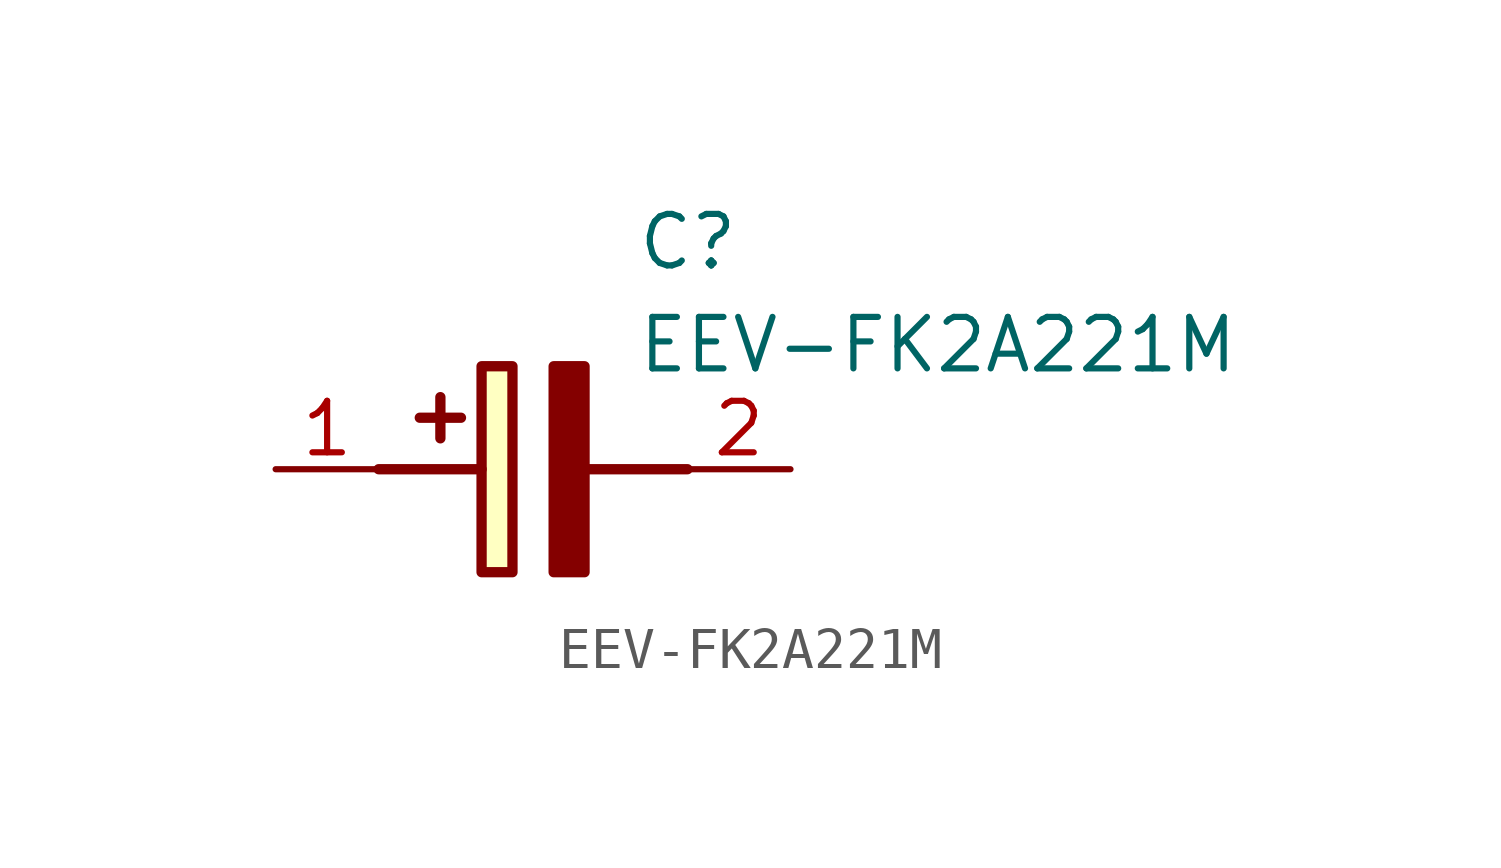
<source format=kicad_sym>
(kicad_symbol_lib
  (version 20211014)
  (generator SamacSys_ECAD_Model)
  (symbol "EEV-FK2A221M"
    (pin_names hide)
    (property "Reference" "C"
      (at 8.89 6.35 0)
      (effects (font (size 1.27 1.27)) (justify left top)))
    (property "Value" "EEV-FK2A221M"
      (at 8.89 3.81 0)
      (effects (font (size 1.27 1.27)) (justify left top)))
    (rectangle
      (start 5.08 2.54)
      (end 5.842 -2.54)
      (stroke (width 0.254) (type default))
      (fill (type background)))
    (polyline
      (pts (xy 4.572 1.27) (xy 3.556 1.27))
      (stroke (width 0.254) (type default))
      (fill (type none)))
    (polyline
      (pts (xy 4.064 1.778) (xy 4.064 0.762))
      (stroke (width 0.254) (type default))
      (fill (type none)))
    (polyline
      (pts (xy 2.54 0) (xy 5.08 0))
      (stroke (width 0.254) (type default))
      (fill (type none)))
    (polyline
      (pts (xy 7.62 0) (xy 10.16 0))
      (stroke (width 0.254) (type default))
      (fill (type none)))
    (polyline
      (pts (xy 7.62 2.54) (xy 7.62 -2.54) (xy 6.858 -2.54) (xy 6.858 2.54) (xy 7.62 2.54))
      (stroke (width 0.254) (type default))
      (fill (type outline)))
    (pin passive line
      (at 0 0 0)
      (length 2.54)
      (name "+" (effects (font (size 1.27 1.27))))
      (number "1" (effects (font (size 1.27 1.27)))))
    (pin passive line
      (at 12.7 0 180)
      (length 2.54)
      (name "-" (effects (font (size 1.27 1.27))))
      (number "2" (effects (font (size 1.27 1.27)))))))
</source>
